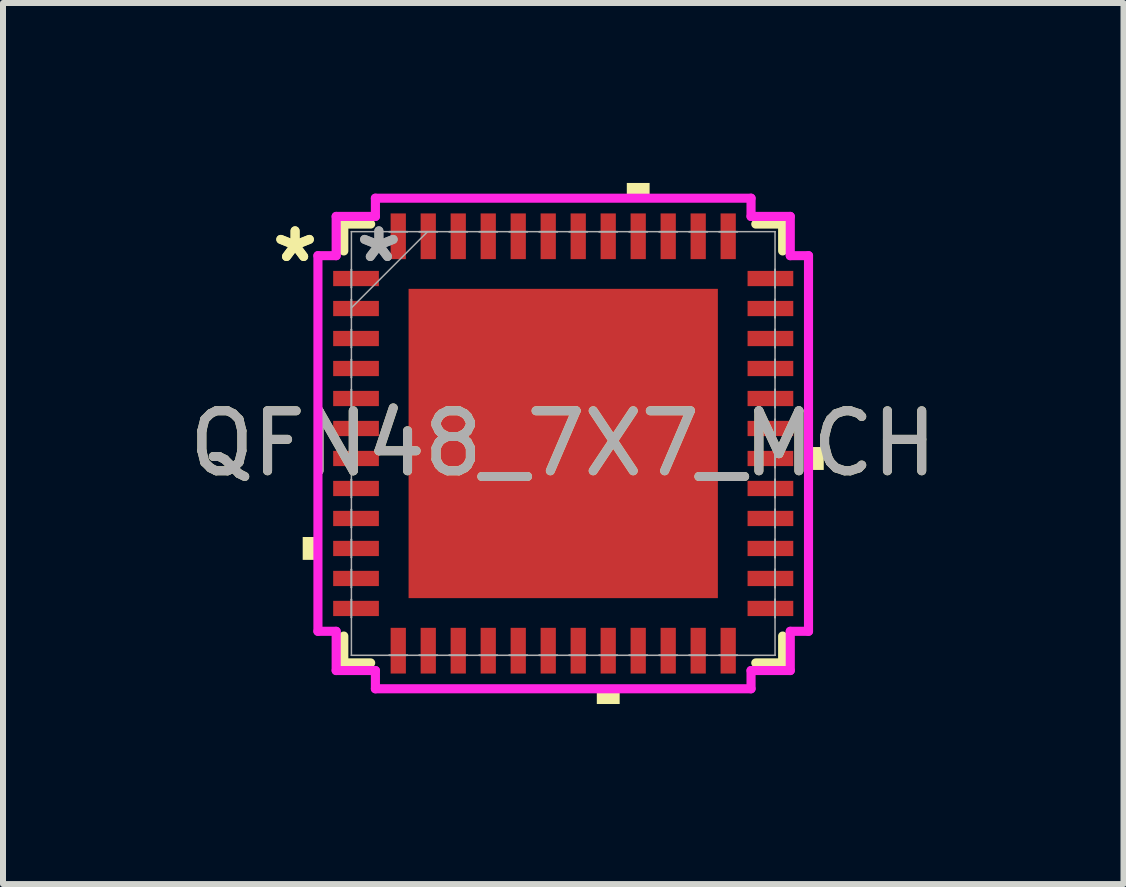
<source format=kicad_pcb>
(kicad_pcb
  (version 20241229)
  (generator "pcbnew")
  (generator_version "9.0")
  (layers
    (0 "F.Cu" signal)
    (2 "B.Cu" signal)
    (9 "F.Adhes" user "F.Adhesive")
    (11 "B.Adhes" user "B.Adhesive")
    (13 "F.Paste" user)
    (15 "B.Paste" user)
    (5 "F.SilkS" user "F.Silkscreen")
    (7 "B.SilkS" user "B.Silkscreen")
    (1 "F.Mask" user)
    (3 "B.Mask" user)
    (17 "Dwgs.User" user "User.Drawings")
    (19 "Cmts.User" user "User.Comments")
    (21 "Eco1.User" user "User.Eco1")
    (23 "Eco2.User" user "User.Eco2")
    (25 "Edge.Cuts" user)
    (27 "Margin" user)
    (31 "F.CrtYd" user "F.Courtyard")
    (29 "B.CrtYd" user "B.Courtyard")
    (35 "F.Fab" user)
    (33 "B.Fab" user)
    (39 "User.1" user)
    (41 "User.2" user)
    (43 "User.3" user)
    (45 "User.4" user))
  (footprint "QFN48_7X7_MCH"
    (layer "F.Cu")
    (at 6.339 4.343)
    (property "Reference" "QFN48_7X7_MCH" (at 0 0 0) (unlocked yes) (layer "F.SilkS") (effects (font (size 1 1) (thickness 0.15))))
    (attr smd)
    (fp_line (start -3.658 -3.658) (end -3.658 -3.21) (stroke (width 0.152) (type solid)) (layer "F.SilkS"))
    (fp_line (start -3.658 3.21) (end -3.658 3.658) (stroke (width 0.152) (type solid)) (layer "F.SilkS"))
    (fp_line (start -3.658 3.658) (end -3.21 3.658) (stroke (width 0.152) (type solid)) (layer "F.SilkS"))
    (fp_line (start -3.21 -3.658) (end -3.658 -3.658) (stroke (width 0.152) (type solid)) (layer "F.SilkS"))
    (fp_line (start 3.21 3.658) (end 3.658 3.658) (stroke (width 0.152) (type solid)) (layer "F.SilkS"))
    (fp_line (start 3.658 -3.658) (end 3.21 -3.658) (stroke (width 0.152) (type solid)) (layer "F.SilkS"))
    (fp_line (start 3.658 -3.21) (end 3.658 -3.658) (stroke (width 0.152) (type solid)) (layer "F.SilkS"))
    (fp_line (start 3.658 3.658) (end 3.658 3.21) (stroke (width 0.152) (type solid)) (layer "F.SilkS"))
    (fp_poly (pts (xy -4.343 1.559) (xy -4.343 1.94) (xy -4.089 1.94) (xy -4.089 1.559)) (stroke (width 0) (type solid)) (fill yes) (layer "F.SilkS"))
    (fp_poly (pts (xy 0.56 4.089) (xy 0.56 4.343) (xy 0.941 4.343) (xy 0.941 4.089)) (stroke (width 0) (type solid)) (fill yes) (layer "F.SilkS"))
    (fp_poly (pts (xy 1.06 -4.089) (xy 1.06 -4.343) (xy 1.44 -4.343) (xy 1.44 -4.089)) (stroke (width 0) (type solid)) (fill yes) (layer "F.SilkS"))
    (fp_poly (pts (xy 4.343 0.059) (xy 4.343 0.441) (xy 4.089 0.441) (xy 4.089 0.059)) (stroke (width 0) (type solid)) (fill yes) (layer "F.SilkS"))
    (fp_poly (pts (xy -2.478 -2.478) (xy -2.478 -1.389) (xy -1.389 -1.389) (xy -1.389 -2.478)) (stroke (width 0) (type solid)) (fill yes) (layer "F.Paste"))
    (fp_poly (pts (xy -2.478 -1.189) (xy -2.478 -0.1) (xy -1.389 -0.1) (xy -1.389 -1.189)) (stroke (width 0) (type solid)) (fill yes) (layer "F.Paste"))
    (fp_poly (pts (xy -2.478 0.1) (xy -2.478 1.189) (xy -1.389 1.189) (xy -1.389 0.1)) (stroke (width 0) (type solid)) (fill yes) (layer "F.Paste"))
    (fp_poly (pts (xy -2.478 1.389) (xy -2.478 2.478) (xy -1.389 2.478) (xy -1.389 1.389)) (stroke (width 0) (type solid)) (fill yes) (layer "F.Paste"))
    (fp_poly (pts (xy -1.189 -2.478) (xy -1.189 -1.389) (xy -0.1 -1.389) (xy -0.1 -2.478)) (stroke (width 0) (type solid)) (fill yes) (layer "F.Paste"))
    (fp_poly (pts (xy -1.189 -1.189) (xy -1.189 -0.1) (xy -0.1 -0.1) (xy -0.1 -1.189)) (stroke (width 0) (type solid)) (fill yes) (layer "F.Paste"))
    (fp_poly (pts (xy -1.189 0.1) (xy -1.189 1.189) (xy -0.1 1.189) (xy -0.1 0.1)) (stroke (width 0) (type solid)) (fill yes) (layer "F.Paste"))
    (fp_poly (pts (xy -1.189 1.389) (xy -1.189 2.478) (xy -0.1 2.478) (xy -0.1 1.389)) (stroke (width 0) (type solid)) (fill yes) (layer "F.Paste"))
    (fp_poly (pts (xy 0.1 -2.478) (xy 0.1 -1.389) (xy 1.189 -1.389) (xy 1.189 -2.478)) (stroke (width 0) (type solid)) (fill yes) (layer "F.Paste"))
    (fp_poly (pts (xy 0.1 -1.189) (xy 0.1 -0.1) (xy 1.189 -0.1) (xy 1.189 -1.189)) (stroke (width 0) (type solid)) (fill yes) (layer "F.Paste"))
    (fp_poly (pts (xy 0.1 0.1) (xy 0.1 1.189) (xy 1.189 1.189) (xy 1.189 0.1)) (stroke (width 0) (type solid)) (fill yes) (layer "F.Paste"))
    (fp_poly (pts (xy 0.1 1.389) (xy 0.1 2.478) (xy 1.189 2.478) (xy 1.189 1.389)) (stroke (width 0) (type solid)) (fill yes) (layer "F.Paste"))
    (fp_poly (pts (xy 1.389 -2.478) (xy 1.389 -1.389) (xy 2.478 -1.389) (xy 2.478 -2.478)) (stroke (width 0) (type solid)) (fill yes) (layer "F.Paste"))
    (fp_poly (pts (xy 1.389 -1.189) (xy 1.389 -0.1) (xy 2.478 -0.1) (xy 2.478 -1.189)) (stroke (width 0) (type solid)) (fill yes) (layer "F.Paste"))
    (fp_poly (pts (xy 1.389 0.1) (xy 1.389 1.189) (xy 2.478 1.189) (xy 2.478 0.1)) (stroke (width 0) (type solid)) (fill yes) (layer "F.Paste"))
    (fp_poly (pts (xy 1.389 1.389) (xy 1.389 2.478) (xy 2.478 2.478) (xy 2.478 1.389)) (stroke (width 0) (type solid)) (fill yes) (layer "F.Paste"))
    (fp_line (start -4.089 -3.131) (end -3.785 -3.131) (stroke (width 0.152) (type solid)) (layer "F.CrtYd"))
    (fp_line (start -4.089 3.131) (end -4.089 -3.131) (stroke (width 0.152) (type solid)) (layer "F.CrtYd"))
    (fp_line (start -3.785 -3.785) (end -3.131 -3.785) (stroke (width 0.152) (type solid)) (layer "F.CrtYd"))
    (fp_line (start -3.785 -3.131) (end -3.785 -3.785) (stroke (width 0.152) (type solid)) (layer "F.CrtYd"))
    (fp_line (start -3.785 3.131) (end -4.089 3.131) (stroke (width 0.152) (type solid)) (layer "F.CrtYd"))
    (fp_line (start -3.785 3.785) (end -3.785 3.131) (stroke (width 0.152) (type solid)) (layer "F.CrtYd"))
    (fp_line (start -3.131 -4.089) (end 3.131 -4.089) (stroke (width 0.152) (type solid)) (layer "F.CrtYd"))
    (fp_line (start -3.131 -3.785) (end -3.131 -4.089) (stroke (width 0.152) (type solid)) (layer "F.CrtYd"))
    (fp_line (start -3.131 3.785) (end -3.785 3.785) (stroke (width 0.152) (type solid)) (layer "F.CrtYd"))
    (fp_line (start -3.131 4.089) (end -3.131 3.785) (stroke (width 0.152) (type solid)) (layer "F.CrtYd"))
    (fp_line (start 3.131 -4.089) (end 3.131 -3.785) (stroke (width 0.152) (type solid)) (layer "F.CrtYd"))
    (fp_line (start 3.131 -3.785) (end 3.785 -3.785) (stroke (width 0.152) (type solid)) (layer "F.CrtYd"))
    (fp_line (start 3.131 3.785) (end 3.131 4.089) (stroke (width 0.152) (type solid)) (layer "F.CrtYd"))
    (fp_line (start 3.131 4.089) (end -3.131 4.089) (stroke (width 0.152) (type solid)) (layer "F.CrtYd"))
    (fp_line (start 3.785 -3.785) (end 3.785 -3.131) (stroke (width 0.152) (type solid)) (layer "F.CrtYd"))
    (fp_line (start 3.785 -3.131) (end 4.089 -3.131) (stroke (width 0.152) (type solid)) (layer "F.CrtYd"))
    (fp_line (start 3.785 3.131) (end 3.785 3.785) (stroke (width 0.152) (type solid)) (layer "F.CrtYd"))
    (fp_line (start 3.785 3.785) (end 3.131 3.785) (stroke (width 0.152) (type solid)) (layer "F.CrtYd"))
    (fp_line (start 4.089 -3.131) (end 4.089 3.131) (stroke (width 0.152) (type solid)) (layer "F.CrtYd"))
    (fp_line (start 4.089 3.131) (end 3.785 3.131) (stroke (width 0.152) (type solid)) (layer "F.CrtYd"))
    (fp_line (start -3.531 -3.531) (end -3.531 -3.531) (stroke (width 0.025) (type solid)) (layer "F.Fab"))
    (fp_line (start -3.531 -3.531) (end -3.531 3.531) (stroke (width 0.025) (type solid)) (layer "F.Fab"))
    (fp_line (start -3.531 -2.902) (end -3.531 -2.902) (stroke (width 0.025) (type solid)) (layer "F.Fab"))
    (fp_line (start -3.531 -2.902) (end -3.531 -2.598) (stroke (width 0.025) (type solid)) (layer "F.Fab"))
    (fp_line (start -3.531 -2.598) (end -3.531 -2.902) (stroke (width 0.025) (type solid)) (layer "F.Fab"))
    (fp_line (start -3.531 -2.598) (end -3.531 -2.598) (stroke (width 0.025) (type solid)) (layer "F.Fab"))
    (fp_line (start -3.531 -2.402) (end -3.531 -2.402) (stroke (width 0.025) (type solid)) (layer "F.Fab"))
    (fp_line (start -3.531 -2.402) (end -3.531 -2.098) (stroke (width 0.025) (type solid)) (layer "F.Fab"))
    (fp_line (start -3.531 -2.261) (end -2.261 -3.531) (stroke (width 0.025) (type solid)) (layer "F.Fab"))
    (fp_line (start -3.531 -2.098) (end -3.531 -2.402) (stroke (width 0.025) (type solid)) (layer "F.Fab"))
    (fp_line (start -3.531 -2.098) (end -3.531 -2.098) (stroke (width 0.025) (type solid)) (layer "F.Fab"))
    (fp_line (start -3.531 -1.902) (end -3.531 -1.902) (stroke (width 0.025) (type solid)) (layer "F.Fab"))
    (fp_line (start -3.531 -1.902) (end -3.531 -1.598) (stroke (width 0.025) (type solid)) (layer "F.Fab"))
    (fp_line (start -3.531 -1.598) (end -3.531 -1.902) (stroke (width 0.025) (type solid)) (layer "F.Fab"))
    (fp_line (start -3.531 -1.598) (end -3.531 -1.598) (stroke (width 0.025) (type solid)) (layer "F.Fab"))
    (fp_line (start -3.531 -1.402) (end -3.531 -1.402) (stroke (width 0.025) (type solid)) (layer "F.Fab"))
    (fp_line (start -3.531 -1.402) (end -3.531 -1.098) (stroke (width 0.025) (type solid)) (layer "F.Fab"))
    (fp_line (start -3.531 -1.098) (end -3.531 -1.402) (stroke (width 0.025) (type solid)) (layer "F.Fab"))
    (fp_line (start -3.531 -1.098) (end -3.531 -1.098) (stroke (width 0.025) (type solid)) (layer "F.Fab"))
    (fp_line (start -3.531 -0.902) (end -3.531 -0.902) (stroke (width 0.025) (type solid)) (layer "F.Fab"))
    (fp_line (start -3.531 -0.902) (end -3.531 -0.598) (stroke (width 0.025) (type solid)) (layer "F.Fab"))
    (fp_line (start -3.531 -0.598) (end -3.531 -0.902) (stroke (width 0.025) (type solid)) (layer "F.Fab"))
    (fp_line (start -3.531 -0.598) (end -3.531 -0.598) (stroke (width 0.025) (type solid)) (layer "F.Fab"))
    (fp_line (start -3.531 -0.402) (end -3.531 -0.402) (stroke (width 0.025) (type solid)) (layer "F.Fab"))
    (fp_line (start -3.531 -0.402) (end -3.531 -0.098) (stroke (width 0.025) (type solid)) (layer "F.Fab"))
    (fp_line (start -3.531 -0.098) (end -3.531 -0.402) (stroke (width 0.025) (type solid)) (layer "F.Fab"))
    (fp_line (start -3.531 -0.098) (end -3.531 -0.098) (stroke (width 0.025) (type solid)) (layer "F.Fab"))
    (fp_line (start -3.531 0.098) (end -3.531 0.098) (stroke (width 0.025) (type solid)) (layer "F.Fab"))
    (fp_line (start -3.531 0.098) (end -3.531 0.402) (stroke (width 0.025) (type solid)) (layer "F.Fab"))
    (fp_line (start -3.531 0.402) (end -3.531 0.098) (stroke (width 0.025) (type solid)) (layer "F.Fab"))
    (fp_line (start -3.531 0.402) (end -3.531 0.402) (stroke (width 0.025) (type solid)) (layer "F.Fab"))
    (fp_line (start -3.531 0.598) (end -3.531 0.598) (stroke (width 0.025) (type solid)) (layer "F.Fab"))
    (fp_line (start -3.531 0.598) (end -3.531 0.902) (stroke (width 0.025) (type solid)) (layer "F.Fab"))
    (fp_line (start -3.531 0.902) (end -3.531 0.598) (stroke (width 0.025) (type solid)) (layer "F.Fab"))
    (fp_line (start -3.531 0.902) (end -3.531 0.902) (stroke (width 0.025) (type solid)) (layer "F.Fab"))
    (fp_line (start -3.531 1.098) (end -3.531 1.098) (stroke (width 0.025) (type solid)) (layer "F.Fab"))
    (fp_line (start -3.531 1.098) (end -3.531 1.402) (stroke (width 0.025) (type solid)) (layer "F.Fab"))
    (fp_line (start -3.531 1.402) (end -3.531 1.098) (stroke (width 0.025) (type solid)) (layer "F.Fab"))
    (fp_line (start -3.531 1.402) (end -3.531 1.402) (stroke (width 0.025) (type solid)) (layer "F.Fab"))
    (fp_line (start -3.531 1.598) (end -3.531 1.598) (stroke (width 0.025) (type solid)) (layer "F.Fab"))
    (fp_line (start -3.531 1.598) (end -3.531 1.902) (stroke (width 0.025) (type solid)) (layer "F.Fab"))
    (fp_line (start -3.531 1.902) (end -3.531 1.598) (stroke (width 0.025) (type solid)) (layer "F.Fab"))
    (fp_line (start -3.531 1.902) (end -3.531 1.902) (stroke (width 0.025) (type solid)) (layer "F.Fab"))
    (fp_line (start -3.531 2.098) (end -3.531 2.098) (stroke (width 0.025) (type solid)) (layer "F.Fab"))
    (fp_line (start -3.531 2.098) (end -3.531 2.402) (stroke (width 0.025) (type solid)) (layer "F.Fab"))
    (fp_line (start -3.531 2.402) (end -3.531 2.098) (stroke (width 0.025) (type solid)) (layer "F.Fab"))
    (fp_line (start -3.531 2.402) (end -3.531 2.402) (stroke (width 0.025) (type solid)) (layer "F.Fab"))
    (fp_line (start -3.531 2.598) (end -3.531 2.598) (stroke (width 0.025) (type solid)) (layer "F.Fab"))
    (fp_line (start -3.531 2.598) (end -3.531 2.902) (stroke (width 0.025) (type solid)) (layer "F.Fab"))
    (fp_line (start -3.531 2.902) (end -3.531 2.598) (stroke (width 0.025) (type solid)) (layer "F.Fab"))
    (fp_line (start -3.531 2.902) (end -3.531 2.902) (stroke (width 0.025) (type solid)) (layer "F.Fab"))
    (fp_line (start -3.531 3.531) (end -3.531 3.531) (stroke (width 0.025) (type solid)) (layer "F.Fab"))
    (fp_line (start -3.531 3.531) (end 3.531 3.531) (stroke (width 0.025) (type solid)) (layer "F.Fab"))
    (fp_line (start -2.902 -3.531) (end -2.902 -3.531) (stroke (width 0.025) (type solid)) (layer "F.Fab"))
    (fp_line (start -2.902 -3.531) (end -2.598 -3.531) (stroke (width 0.025) (type solid)) (layer "F.Fab"))
    (fp_line (start -2.902 3.531) (end -2.902 3.531) (stroke (width 0.025) (type solid)) (layer "F.Fab"))
    (fp_line (start -2.902 3.531) (end -2.598 3.531) (stroke (width 0.025) (type solid)) (layer "F.Fab"))
    (fp_line (start -2.598 -3.531) (end -2.902 -3.531) (stroke (width 0.025) (type solid)) (layer "F.Fab"))
    (fp_line (start -2.598 -3.531) (end -2.598 -3.531) (stroke (width 0.025) (type solid)) (layer "F.Fab"))
    (fp_line (start -2.598 3.531) (end -2.902 3.531) (stroke (width 0.025) (type solid)) (layer "F.Fab"))
    (fp_line (start -2.598 3.531) (end -2.598 3.531) (stroke (width 0.025) (type solid)) (layer "F.Fab"))
    (fp_line (start -2.402 -3.531) (end -2.402 -3.531) (stroke (width 0.025) (type solid)) (layer "F.Fab"))
    (fp_line (start -2.402 -3.531) (end -2.098 -3.531) (stroke (width 0.025) (type solid)) (layer "F.Fab"))
    (fp_line (start -2.402 3.531) (end -2.402 3.531) (stroke (width 0.025) (type solid)) (layer "F.Fab"))
    (fp_line (start -2.402 3.531) (end -2.098 3.531) (stroke (width 0.025) (type solid)) (layer "F.Fab"))
    (fp_line (start -2.098 -3.531) (end -2.402 -3.531) (stroke (width 0.025) (type solid)) (layer "F.Fab"))
    (fp_line (start -2.098 -3.531) (end -2.098 -3.531) (stroke (width 0.025) (type solid)) (layer "F.Fab"))
    (fp_line (start -2.098 3.531) (end -2.402 3.531) (stroke (width 0.025) (type solid)) (layer "F.Fab"))
    (fp_line (start -2.098 3.531) (end -2.098 3.531) (stroke (width 0.025) (type solid)) (layer "F.Fab"))
    (fp_line (start -1.902 -3.531) (end -1.902 -3.531) (stroke (width 0.025) (type solid)) (layer "F.Fab"))
    (fp_line (start -1.902 -3.531) (end -1.598 -3.531) (stroke (width 0.025) (type solid)) (layer "F.Fab"))
    (fp_line (start -1.902 3.531) (end -1.902 3.531) (stroke (width 0.025) (type solid)) (layer "F.Fab"))
    (fp_line (start -1.902 3.531) (end -1.598 3.531) (stroke (width 0.025) (type solid)) (layer "F.Fab"))
    (fp_line (start -1.598 -3.531) (end -1.902 -3.531) (stroke (width 0.025) (type solid)) (layer "F.Fab"))
    (fp_line (start -1.598 -3.531) (end -1.598 -3.531) (stroke (width 0.025) (type solid)) (layer "F.Fab"))
    (fp_line (start -1.598 3.531) (end -1.902 3.531) (stroke (width 0.025) (type solid)) (layer "F.Fab"))
    (fp_line (start -1.598 3.531) (end -1.598 3.531) (stroke (width 0.025) (type solid)) (layer "F.Fab"))
    (fp_line (start -1.402 -3.531) (end -1.402 -3.531) (stroke (width 0.025) (type solid)) (layer "F.Fab"))
    (fp_line (start -1.402 -3.531) (end -1.098 -3.531) (stroke (width 0.025) (type solid)) (layer "F.Fab"))
    (fp_line (start -1.402 3.531) (end -1.402 3.531) (stroke (width 0.025) (type solid)) (layer "F.Fab"))
    (fp_line (start -1.402 3.531) (end -1.098 3.531) (stroke (width 0.025) (type solid)) (layer "F.Fab"))
    (fp_line (start -1.098 -3.531) (end -1.402 -3.531) (stroke (width 0.025) (type solid)) (layer "F.Fab"))
    (fp_line (start -1.098 -3.531) (end -1.098 -3.531) (stroke (width 0.025) (type solid)) (layer "F.Fab"))
    (fp_line (start -1.098 3.531) (end -1.402 3.531) (stroke (width 0.025) (type solid)) (layer "F.Fab"))
    (fp_line (start -1.098 3.531) (end -1.098 3.531) (stroke (width 0.025) (type solid)) (layer "F.Fab"))
    (fp_line (start -0.902 -3.531) (end -0.902 -3.531) (stroke (width 0.025) (type solid)) (layer "F.Fab"))
    (fp_line (start -0.902 -3.531) (end -0.598 -3.531) (stroke (width 0.025) (type solid)) (layer "F.Fab"))
    (fp_line (start -0.902 3.531) (end -0.902 3.531) (stroke (width 0.025) (type solid)) (layer "F.Fab"))
    (fp_line (start -0.902 3.531) (end -0.598 3.531) (stroke (width 0.025) (type solid)) (layer "F.Fab"))
    (fp_line (start -0.598 -3.531) (end -0.902 -3.531) (stroke (width 0.025) (type solid)) (layer "F.Fab"))
    (fp_line (start -0.598 -3.531) (end -0.598 -3.531) (stroke (width 0.025) (type solid)) (layer "F.Fab"))
    (fp_line (start -0.598 3.531) (end -0.902 3.531) (stroke (width 0.025) (type solid)) (layer "F.Fab"))
    (fp_line (start -0.598 3.531) (end -0.598 3.531) (stroke (width 0.025) (type solid)) (layer "F.Fab"))
    (fp_line (start -0.402 -3.531) (end -0.402 -3.531) (stroke (width 0.025) (type solid)) (layer "F.Fab"))
    (fp_line (start -0.402 -3.531) (end -0.098 -3.531) (stroke (width 0.025) (type solid)) (layer "F.Fab"))
    (fp_line (start -0.402 3.531) (end -0.402 3.531) (stroke (width 0.025) (type solid)) (layer "F.Fab"))
    (fp_line (start -0.402 3.531) (end -0.098 3.531) (stroke (width 0.025) (type solid)) (layer "F.Fab"))
    (fp_line (start -0.098 -3.531) (end -0.402 -3.531) (stroke (width 0.025) (type solid)) (layer "F.Fab"))
    (fp_line (start -0.098 -3.531) (end -0.098 -3.531) (stroke (width 0.025) (type solid)) (layer "F.Fab"))
    (fp_line (start -0.098 3.531) (end -0.402 3.531) (stroke (width 0.025) (type solid)) (layer "F.Fab"))
    (fp_line (start -0.098 3.531) (end -0.098 3.531) (stroke (width 0.025) (type solid)) (layer "F.Fab"))
    (fp_line (start 0.098 -3.531) (end 0.098 -3.531) (stroke (width 0.025) (type solid)) (layer "F.Fab"))
    (fp_line (start 0.098 -3.531) (end 0.402 -3.531) (stroke (width 0.025) (type solid)) (layer "F.Fab"))
    (fp_line (start 0.098 3.531) (end 0.098 3.531) (stroke (width 0.025) (type solid)) (layer "F.Fab"))
    (fp_line (start 0.098 3.531) (end 0.402 3.531) (stroke (width 0.025) (type solid)) (layer "F.Fab"))
    (fp_line (start 0.402 -3.531) (end 0.098 -3.531) (stroke (width 0.025) (type solid)) (layer "F.Fab"))
    (fp_line (start 0.402 -3.531) (end 0.402 -3.531) (stroke (width 0.025) (type solid)) (layer "F.Fab"))
    (fp_line (start 0.402 3.531) (end 0.098 3.531) (stroke (width 0.025) (type solid)) (layer "F.Fab"))
    (fp_line (start 0.402 3.531) (end 0.402 3.531) (stroke (width 0.025) (type solid)) (layer "F.Fab"))
    (fp_line (start 0.598 -3.531) (end 0.598 -3.531) (stroke (width 0.025) (type solid)) (layer "F.Fab"))
    (fp_line (start 0.598 -3.531) (end 0.902 -3.531) (stroke (width 0.025) (type solid)) (layer "F.Fab"))
    (fp_line (start 0.598 3.531) (end 0.598 3.531) (stroke (width 0.025) (type solid)) (layer "F.Fab"))
    (fp_line (start 0.598 3.531) (end 0.902 3.531) (stroke (width 0.025) (type solid)) (layer "F.Fab"))
    (fp_line (start 0.902 -3.531) (end 0.598 -3.531) (stroke (width 0.025) (type solid)) (layer "F.Fab"))
    (fp_line (start 0.902 -3.531) (end 0.902 -3.531) (stroke (width 0.025) (type solid)) (layer "F.Fab"))
    (fp_line (start 0.902 3.531) (end 0.598 3.531) (stroke (width 0.025) (type solid)) (layer "F.Fab"))
    (fp_line (start 0.902 3.531) (end 0.902 3.531) (stroke (width 0.025) (type solid)) (layer "F.Fab"))
    (fp_line (start 1.098 -3.531) (end 1.098 -3.531) (stroke (width 0.025) (type solid)) (layer "F.Fab"))
    (fp_line (start 1.098 -3.531) (end 1.402 -3.531) (stroke (width 0.025) (type solid)) (layer "F.Fab"))
    (fp_line (start 1.098 3.531) (end 1.098 3.531) (stroke (width 0.025) (type solid)) (layer "F.Fab"))
    (fp_line (start 1.098 3.531) (end 1.402 3.531) (stroke (width 0.025) (type solid)) (layer "F.Fab"))
    (fp_line (start 1.402 -3.531) (end 1.098 -3.531) (stroke (width 0.025) (type solid)) (layer "F.Fab"))
    (fp_line (start 1.402 -3.531) (end 1.402 -3.531) (stroke (width 0.025) (type solid)) (layer "F.Fab"))
    (fp_line (start 1.402 3.531) (end 1.098 3.531) (stroke (width 0.025) (type solid)) (layer "F.Fab"))
    (fp_line (start 1.402 3.531) (end 1.402 3.531) (stroke (width 0.025) (type solid)) (layer "F.Fab"))
    (fp_line (start 1.598 -3.531) (end 1.598 -3.531) (stroke (width 0.025) (type solid)) (layer "F.Fab"))
    (fp_line (start 1.598 -3.531) (end 1.902 -3.531) (stroke (width 0.025) (type solid)) (layer "F.Fab"))
    (fp_line (start 1.598 3.531) (end 1.598 3.531) (stroke (width 0.025) (type solid)) (layer "F.Fab"))
    (fp_line (start 1.598 3.531) (end 1.902 3.531) (stroke (width 0.025) (type solid)) (layer "F.Fab"))
    (fp_line (start 1.902 -3.531) (end 1.598 -3.531) (stroke (width 0.025) (type solid)) (layer "F.Fab"))
    (fp_line (start 1.902 -3.531) (end 1.902 -3.531) (stroke (width 0.025) (type solid)) (layer "F.Fab"))
    (fp_line (start 1.902 3.531) (end 1.598 3.531) (stroke (width 0.025) (type solid)) (layer "F.Fab"))
    (fp_line (start 1.902 3.531) (end 1.902 3.531) (stroke (width 0.025) (type solid)) (layer "F.Fab"))
    (fp_line (start 2.098 -3.531) (end 2.098 -3.531) (stroke (width 0.025) (type solid)) (layer "F.Fab"))
    (fp_line (start 2.098 -3.531) (end 2.402 -3.531) (stroke (width 0.025) (type solid)) (layer "F.Fab"))
    (fp_line (start 2.098 3.531) (end 2.098 3.531) (stroke (width 0.025) (type solid)) (layer "F.Fab"))
    (fp_line (start 2.098 3.531) (end 2.402 3.531) (stroke (width 0.025) (type solid)) (layer "F.Fab"))
    (fp_line (start 2.402 -3.531) (end 2.098 -3.531) (stroke (width 0.025) (type solid)) (layer "F.Fab"))
    (fp_line (start 2.402 -3.531) (end 2.402 -3.531) (stroke (width 0.025) (type solid)) (layer "F.Fab"))
    (fp_line (start 2.402 3.531) (end 2.098 3.531) (stroke (width 0.025) (type solid)) (layer "F.Fab"))
    (fp_line (start 2.402 3.531) (end 2.402 3.531) (stroke (width 0.025) (type solid)) (layer "F.Fab"))
    (fp_line (start 2.598 -3.531) (end 2.598 -3.531) (stroke (width 0.025) (type solid)) (layer "F.Fab"))
    (fp_line (start 2.598 -3.531) (end 2.902 -3.531) (stroke (width 0.025) (type solid)) (layer "F.Fab"))
    (fp_line (start 2.598 3.531) (end 2.598 3.531) (stroke (width 0.025) (type solid)) (layer "F.Fab"))
    (fp_line (start 2.598 3.531) (end 2.902 3.531) (stroke (width 0.025) (type solid)) (layer "F.Fab"))
    (fp_line (start 2.902 -3.531) (end 2.598 -3.531) (stroke (width 0.025) (type solid)) (layer "F.Fab"))
    (fp_line (start 2.902 -3.531) (end 2.902 -3.531) (stroke (width 0.025) (type solid)) (layer "F.Fab"))
    (fp_line (start 2.902 3.531) (end 2.598 3.531) (stroke (width 0.025) (type solid)) (layer "F.Fab"))
    (fp_line (start 2.902 3.531) (end 2.902 3.531) (stroke (width 0.025) (type solid)) (layer "F.Fab"))
    (fp_line (start 3.531 -3.531) (end -3.531 -3.531) (stroke (width 0.025) (type solid)) (layer "F.Fab"))
    (fp_line (start 3.531 -3.531) (end 3.531 -3.531) (stroke (width 0.025) (type solid)) (layer "F.Fab"))
    (fp_line (start 3.531 -2.902) (end 3.531 -2.902) (stroke (width 0.025) (type solid)) (layer "F.Fab"))
    (fp_line (start 3.531 -2.902) (end 3.531 -2.598) (stroke (width 0.025) (type solid)) (layer "F.Fab"))
    (fp_line (start 3.531 -2.598) (end 3.531 -2.902) (stroke (width 0.025) (type solid)) (layer "F.Fab"))
    (fp_line (start 3.531 -2.598) (end 3.531 -2.598) (stroke (width 0.025) (type solid)) (layer "F.Fab"))
    (fp_line (start 3.531 -2.402) (end 3.531 -2.402) (stroke (width 0.025) (type solid)) (layer "F.Fab"))
    (fp_line (start 3.531 -2.402) (end 3.531 -2.098) (stroke (width 0.025) (type solid)) (layer "F.Fab"))
    (fp_line (start 3.531 -2.098) (end 3.531 -2.402) (stroke (width 0.025) (type solid)) (layer "F.Fab"))
    (fp_line (start 3.531 -2.098) (end 3.531 -2.098) (stroke (width 0.025) (type solid)) (layer "F.Fab"))
    (fp_line (start 3.531 -1.902) (end 3.531 -1.902) (stroke (width 0.025) (type solid)) (layer "F.Fab"))
    (fp_line (start 3.531 -1.902) (end 3.531 -1.598) (stroke (width 0.025) (type solid)) (layer "F.Fab"))
    (fp_line (start 3.531 -1.598) (end 3.531 -1.902) (stroke (width 0.025) (type solid)) (layer "F.Fab"))
    (fp_line (start 3.531 -1.598) (end 3.531 -1.598) (stroke (width 0.025) (type solid)) (layer "F.Fab"))
    (fp_line (start 3.531 -1.402) (end 3.531 -1.402) (stroke (width 0.025) (type solid)) (layer "F.Fab"))
    (fp_line (start 3.531 -1.402) (end 3.531 -1.098) (stroke (width 0.025) (type solid)) (layer "F.Fab"))
    (fp_line (start 3.531 -1.098) (end 3.531 -1.402) (stroke (width 0.025) (type solid)) (layer "F.Fab"))
    (fp_line (start 3.531 -1.098) (end 3.531 -1.098) (stroke (width 0.025) (type solid)) (layer "F.Fab"))
    (fp_line (start 3.531 -0.902) (end 3.531 -0.902) (stroke (width 0.025) (type solid)) (layer "F.Fab"))
    (fp_line (start 3.531 -0.902) (end 3.531 -0.598) (stroke (width 0.025) (type solid)) (layer "F.Fab"))
    (fp_line (start 3.531 -0.598) (end 3.531 -0.902) (stroke (width 0.025) (type solid)) (layer "F.Fab"))
    (fp_line (start 3.531 -0.598) (end 3.531 -0.598) (stroke (width 0.025) (type solid)) (layer "F.Fab"))
    (fp_line (start 3.531 -0.402) (end 3.531 -0.402) (stroke (width 0.025) (type solid)) (layer "F.Fab"))
    (fp_line (start 3.531 -0.402) (end 3.531 -0.098) (stroke (width 0.025) (type solid)) (layer "F.Fab"))
    (fp_line (start 3.531 -0.098) (end 3.531 -0.402) (stroke (width 0.025) (type solid)) (layer "F.Fab"))
    (fp_line (start 3.531 -0.098) (end 3.531 -0.098) (stroke (width 0.025) (type solid)) (layer "F.Fab"))
    (fp_line (start 3.531 0.098) (end 3.531 0.098) (stroke (width 0.025) (type solid)) (layer "F.Fab"))
    (fp_line (start 3.531 0.098) (end 3.531 0.402) (stroke (width 0.025) (type solid)) (layer "F.Fab"))
    (fp_line (start 3.531 0.402) (end 3.531 0.098) (stroke (width 0.025) (type solid)) (layer "F.Fab"))
    (fp_line (start 3.531 0.402) (end 3.531 0.402) (stroke (width 0.025) (type solid)) (layer "F.Fab"))
    (fp_line (start 3.531 0.598) (end 3.531 0.598) (stroke (width 0.025) (type solid)) (layer "F.Fab"))
    (fp_line (start 3.531 0.598) (end 3.531 0.902) (stroke (width 0.025) (type solid)) (layer "F.Fab"))
    (fp_line (start 3.531 0.902) (end 3.531 0.598) (stroke (width 0.025) (type solid)) (layer "F.Fab"))
    (fp_line (start 3.531 0.902) (end 3.531 0.902) (stroke (width 0.025) (type solid)) (layer "F.Fab"))
    (fp_line (start 3.531 1.098) (end 3.531 1.098) (stroke (width 0.025) (type solid)) (layer "F.Fab"))
    (fp_line (start 3.531 1.098) (end 3.531 1.402) (stroke (width 0.025) (type solid)) (layer "F.Fab"))
    (fp_line (start 3.531 1.402) (end 3.531 1.098) (stroke (width 0.025) (type solid)) (layer "F.Fab"))
    (fp_line (start 3.531 1.402) (end 3.531 1.402) (stroke (width 0.025) (type solid)) (layer "F.Fab"))
    (fp_line (start 3.531 1.598) (end 3.531 1.598) (stroke (width 0.025) (type solid)) (layer "F.Fab"))
    (fp_line (start 3.531 1.598) (end 3.531 1.902) (stroke (width 0.025) (type solid)) (layer "F.Fab"))
    (fp_line (start 3.531 1.902) (end 3.531 1.598) (stroke (width 0.025) (type solid)) (layer "F.Fab"))
    (fp_line (start 3.531 1.902) (end 3.531 1.902) (stroke (width 0.025) (type solid)) (layer "F.Fab"))
    (fp_line (start 3.531 2.098) (end 3.531 2.098) (stroke (width 0.025) (type solid)) (layer "F.Fab"))
    (fp_line (start 3.531 2.098) (end 3.531 2.402) (stroke (width 0.025) (type solid)) (layer "F.Fab"))
    (fp_line (start 3.531 2.402) (end 3.531 2.098) (stroke (width 0.025) (type solid)) (layer "F.Fab"))
    (fp_line (start 3.531 2.402) (end 3.531 2.402) (stroke (width 0.025) (type solid)) (layer "F.Fab"))
    (fp_line (start 3.531 2.598) (end 3.531 2.598) (stroke (width 0.025) (type solid)) (layer "F.Fab"))
    (fp_line (start 3.531 2.598) (end 3.531 2.902) (stroke (width 0.025) (type solid)) (layer "F.Fab"))
    (fp_line (start 3.531 2.902) (end 3.531 2.598) (stroke (width 0.025) (type solid)) (layer "F.Fab"))
    (fp_line (start 3.531 2.902) (end 3.531 2.902) (stroke (width 0.025) (type solid)) (layer "F.Fab"))
    (fp_line (start 3.531 3.531) (end 3.531 -3.531) (stroke (width 0.025) (type solid)) (layer "F.Fab"))
    (fp_line (start 3.531 3.531) (end 3.531 3.531) (stroke (width 0.025) (type solid)) (layer "F.Fab"))
    (fp_text user "*" (at -4.47 -3 0) (unlocked yes) (layer "F.SilkS") (effects (font (size 1 1) (thickness 0.15))))
    (fp_text user "*" (at -4.47 -3 0) (layer "F.SilkS") (effects (font (size 1 1) (thickness 0.15))))
    (fp_text user "*" (at -3.073 -3 0) (layer "F.Fab") (effects (font (size 1 1) (thickness 0.15))))
    (fp_text user "${REFERENCE}" (at 0 0 0) (unlocked yes) (layer "F.Fab") (effects (font (size 1 1) (thickness 0.15))))
    (fp_text user "*" (at -3.073 -3 0) (unlocked yes) (layer "F.Fab") (effects (font (size 1 1) (thickness 0.15))))
    (pad "1" smd rect (at -3.454 -2.75 90) (size 0.254 0.762) (layers "F.Cu" "F.Mask" "F.Paste"))
    (pad "2" smd rect (at -3.454 -2.25 90) (size 0.254 0.762) (layers "F.Cu" "F.Mask" "F.Paste"))
    (pad "3" smd rect (at -3.454 -1.75 90) (size 0.254 0.762) (layers "F.Cu" "F.Mask" "F.Paste"))
    (pad "4" smd rect (at -3.454 -1.25 90) (size 0.254 0.762) (layers "F.Cu" "F.Mask" "F.Paste"))
    (pad "5" smd rect (at -3.454 -0.75 90) (size 0.254 0.762) (layers "F.Cu" "F.Mask" "F.Paste"))
    (pad "6" smd rect (at -3.454 -0.25 90) (size 0.254 0.762) (layers "F.Cu" "F.Mask" "F.Paste"))
    (pad "7" smd rect (at -3.454 0.25 90) (size 0.254 0.762) (layers "F.Cu" "F.Mask" "F.Paste"))
    (pad "8" smd rect (at -3.454 0.75 90) (size 0.254 0.762) (layers "F.Cu" "F.Mask" "F.Paste"))
    (pad "9" smd rect (at -3.454 1.25 90) (size 0.254 0.762) (layers "F.Cu" "F.Mask" "F.Paste"))
    (pad "10" smd rect (at -3.454 1.75 90) (size 0.254 0.762) (layers "F.Cu" "F.Mask" "F.Paste"))
    (pad "11" smd rect (at -3.454 2.25 90) (size 0.254 0.762) (layers "F.Cu" "F.Mask" "F.Paste"))
    (pad "12" smd rect (at -3.454 2.75 90) (size 0.254 0.762) (layers "F.Cu" "F.Mask" "F.Paste"))
    (pad "13" smd rect (at -2.75 3.454) (size 0.254 0.762) (layers "F.Cu" "F.Mask" "F.Paste"))
    (pad "14" smd rect (at -2.25 3.454) (size 0.254 0.762) (layers "F.Cu" "F.Mask" "F.Paste"))
    (pad "15" smd rect (at -1.75 3.454) (size 0.254 0.762) (layers "F.Cu" "F.Mask" "F.Paste"))
    (pad "16" smd rect (at -1.25 3.454) (size 0.254 0.762) (layers "F.Cu" "F.Mask" "F.Paste"))
    (pad "17" smd rect (at -0.75 3.454) (size 0.254 0.762) (layers "F.Cu" "F.Mask" "F.Paste"))
    (pad "18" smd rect (at -0.25 3.454) (size 0.254 0.762) (layers "F.Cu" "F.Mask" "F.Paste"))
    (pad "19" smd rect (at 0.25 3.454) (size 0.254 0.762) (layers "F.Cu" "F.Mask" "F.Paste"))
    (pad "20" smd rect (at 0.75 3.454) (size 0.254 0.762) (layers "F.Cu" "F.Mask" "F.Paste"))
    (pad "21" smd rect (at 1.25 3.454) (size 0.254 0.762) (layers "F.Cu" "F.Mask" "F.Paste"))
    (pad "22" smd rect (at 1.75 3.454) (size 0.254 0.762) (layers "F.Cu" "F.Mask" "F.Paste"))
    (pad "23" smd rect (at 2.25 3.454) (size 0.254 0.762) (layers "F.Cu" "F.Mask" "F.Paste"))
    (pad "24" smd rect (at 2.75 3.454) (size 0.254 0.762) (layers "F.Cu" "F.Mask" "F.Paste"))
    (pad "25" smd rect (at 3.454 2.75 90) (size 0.254 0.762) (layers "F.Cu" "F.Mask" "F.Paste"))
    (pad "26" smd rect (at 3.454 2.25 90) (size 0.254 0.762) (layers "F.Cu" "F.Mask" "F.Paste"))
    (pad "27" smd rect (at 3.454 1.75 90) (size 0.254 0.762) (layers "F.Cu" "F.Mask" "F.Paste"))
    (pad "28" smd rect (at 3.454 1.25 90) (size 0.254 0.762) (layers "F.Cu" "F.Mask" "F.Paste"))
    (pad "29" smd rect (at 3.454 0.75 90) (size 0.254 0.762) (layers "F.Cu" "F.Mask" "F.Paste"))
    (pad "30" smd rect (at 3.454 0.25 90) (size 0.254 0.762) (layers "F.Cu" "F.Mask" "F.Paste"))
    (pad "31" smd rect (at 3.454 -0.25 90) (size 0.254 0.762) (layers "F.Cu" "F.Mask" "F.Paste"))
    (pad "32" smd rect (at 3.454 -0.75 90) (size 0.254 0.762) (layers "F.Cu" "F.Mask" "F.Paste"))
    (pad "33" smd rect (at 3.454 -1.25 90) (size 0.254 0.762) (layers "F.Cu" "F.Mask" "F.Paste"))
    (pad "34" smd rect (at 3.454 -1.75 90) (size 0.254 0.762) (layers "F.Cu" "F.Mask" "F.Paste"))
    (pad "35" smd rect (at 3.454 -2.25 90) (size 0.254 0.762) (layers "F.Cu" "F.Mask" "F.Paste"))
    (pad "36" smd rect (at 3.454 -2.75 90) (size 0.254 0.762) (layers "F.Cu" "F.Mask" "F.Paste"))
    (pad "37" smd rect (at 2.75 -3.454) (size 0.254 0.762) (layers "F.Cu" "F.Mask" "F.Paste"))
    (pad "38" smd rect (at 2.25 -3.454) (size 0.254 0.762) (layers "F.Cu" "F.Mask" "F.Paste"))
    (pad "39" smd rect (at 1.75 -3.454) (size 0.254 0.762) (layers "F.Cu" "F.Mask" "F.Paste"))
    (pad "40" smd rect (at 1.25 -3.454) (size 0.254 0.762) (layers "F.Cu" "F.Mask" "F.Paste"))
    (pad "41" smd rect (at 0.75 -3.454) (size 0.254 0.762) (layers "F.Cu" "F.Mask" "F.Paste"))
    (pad "42" smd rect (at 0.25 -3.454) (size 0.254 0.762) (layers "F.Cu" "F.Mask" "F.Paste"))
    (pad "43" smd rect (at -0.25 -3.454) (size 0.254 0.762) (layers "F.Cu" "F.Mask" "F.Paste"))
    (pad "44" smd rect (at -0.75 -3.454) (size 0.254 0.762) (layers "F.Cu" "F.Mask" "F.Paste"))
    (pad "45" smd rect (at -1.25 -3.454) (size 0.254 0.762) (layers "F.Cu" "F.Mask" "F.Paste"))
    (pad "46" smd rect (at -1.75 -3.454) (size 0.254 0.762) (layers "F.Cu" "F.Mask" "F.Paste"))
    (pad "47" smd rect (at -2.25 -3.454) (size 0.254 0.762) (layers "F.Cu" "F.Mask" "F.Paste"))
    (pad "48" smd rect (at -2.75 -3.454) (size 0.254 0.762) (layers "F.Cu" "F.Mask" "F.Paste"))
    (pad "49" smd rect (at 0 0) (size 5.156 5.156) (layers "F.Cu" "F.Mask")))
  (gr_rect
    (start -3 -3)
    (end 15.679 11.687)
    (stroke (width 0.1) (type default))
    (fill no)
    (layer "Edge.Cuts")))
</source>
